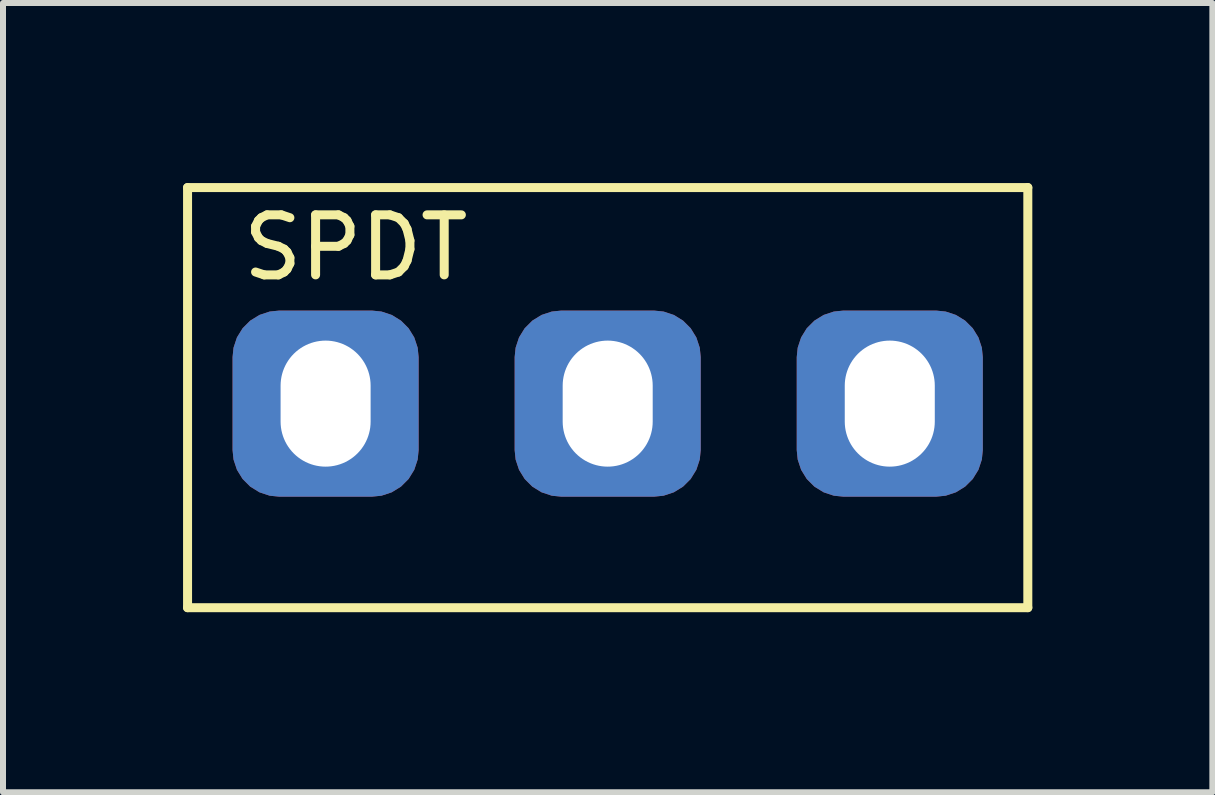
<source format=kicad_pcb>
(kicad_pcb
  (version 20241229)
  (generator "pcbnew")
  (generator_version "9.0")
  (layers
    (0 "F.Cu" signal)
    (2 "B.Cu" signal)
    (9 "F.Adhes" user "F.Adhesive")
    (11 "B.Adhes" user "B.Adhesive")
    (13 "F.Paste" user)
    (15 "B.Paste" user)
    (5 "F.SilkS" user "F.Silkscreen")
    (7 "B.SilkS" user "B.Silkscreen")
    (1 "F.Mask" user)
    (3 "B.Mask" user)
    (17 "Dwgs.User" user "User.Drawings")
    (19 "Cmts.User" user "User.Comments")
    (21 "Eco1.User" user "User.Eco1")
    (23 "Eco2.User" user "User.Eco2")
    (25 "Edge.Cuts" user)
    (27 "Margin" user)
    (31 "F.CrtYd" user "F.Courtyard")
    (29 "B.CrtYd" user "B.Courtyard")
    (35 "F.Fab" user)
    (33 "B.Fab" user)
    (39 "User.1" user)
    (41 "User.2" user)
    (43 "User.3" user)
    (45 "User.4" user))
  (footprint "SPDT"
    (layer "F.Cu")
    (at 7.075 6.075)
    (property "Reference" "SPDT" (at -4.2 -5 0) (layer "F.SilkS") (effects (font (size 1 1) (thickness 0.15))))
    (attr through_hole)
    (fp_line (start -7 -6) (end -7 1) (stroke (width 0.15) (type solid)) (layer "F.SilkS"))
    (fp_line (start -7 1) (end 7 1) (stroke (width 0.15) (type solid)) (layer "F.SilkS"))
    (fp_line (start 7 -6) (end -7 -6) (stroke (width 0.15) (type solid)) (layer "F.SilkS"))
    (fp_line (start 7 -6) (end 7 1) (stroke (width 0.15) (type solid)) (layer "F.SilkS"))
    (pad "1" thru_hole roundrect (at 4.7 -2.4) (size 3.1 3.1) (drill oval 1.5 2.1) (layers "*.Cu" "*.Mask") (roundrect_rratio 0.25))
    (pad "2" thru_hole roundrect (at 0 -2.4) (size 3.1 3.1) (drill oval 1.5 2.1) (layers "*.Cu" "*.Mask") (roundrect_rratio 0.25))
    (pad "3" thru_hole roundrect (at -4.7 -2.4) (size 3.1 3.1) (drill oval 1.5 2.1) (layers "*.Cu" "*.Mask") (roundrect_rratio 0.25)))
  (gr_rect
    (start -3 -3)
    (end 17.15 10.15)
    (stroke (width 0.1) (type default))
    (fill no)
    (layer "Edge.Cuts")))
</source>
